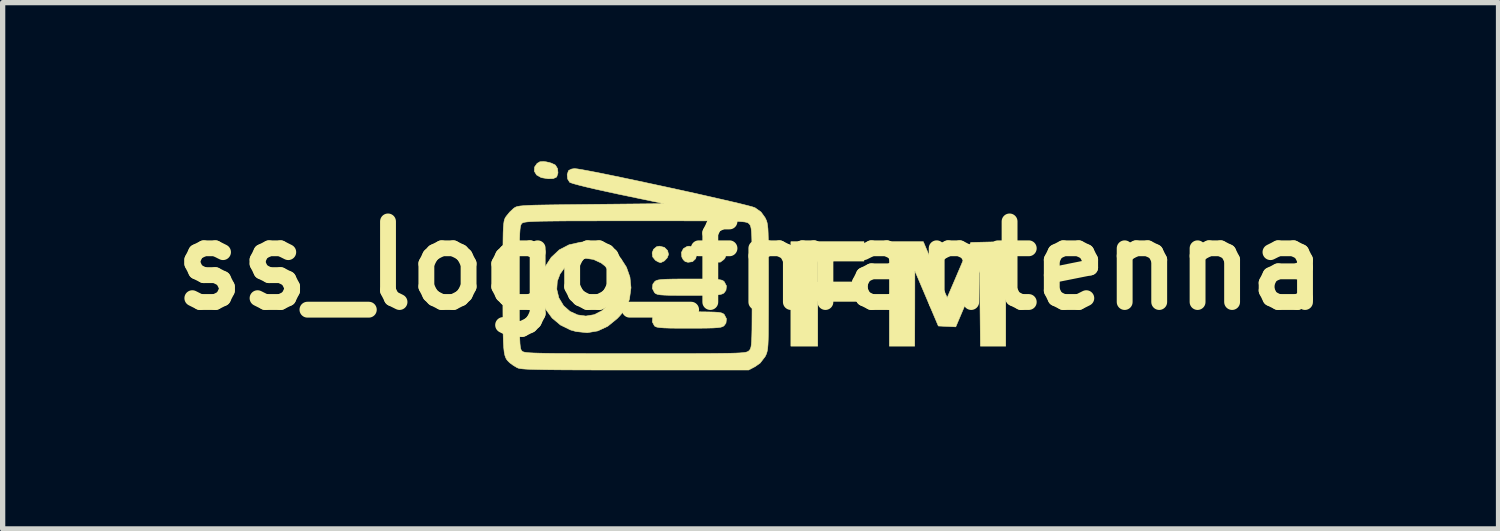
<source format=kicad_pcb>
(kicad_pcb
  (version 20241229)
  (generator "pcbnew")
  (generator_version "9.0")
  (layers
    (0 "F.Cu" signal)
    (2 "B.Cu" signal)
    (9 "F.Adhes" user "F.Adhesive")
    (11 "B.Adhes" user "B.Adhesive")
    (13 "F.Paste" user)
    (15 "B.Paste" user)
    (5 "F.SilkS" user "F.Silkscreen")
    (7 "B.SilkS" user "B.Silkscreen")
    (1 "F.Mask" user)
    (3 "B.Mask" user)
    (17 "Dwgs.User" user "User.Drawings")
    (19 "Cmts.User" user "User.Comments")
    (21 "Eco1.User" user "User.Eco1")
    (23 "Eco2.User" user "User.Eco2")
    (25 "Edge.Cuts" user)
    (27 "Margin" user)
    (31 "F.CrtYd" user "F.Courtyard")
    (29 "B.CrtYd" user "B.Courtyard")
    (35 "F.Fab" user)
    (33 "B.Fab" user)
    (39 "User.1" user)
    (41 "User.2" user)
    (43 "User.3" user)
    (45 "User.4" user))
  (footprint "ss_logo_fmantenna"
    (layer "F.Cu")
    (at 11.147 1.973)
    (property "Reference" "ss_logo_fmantenna" (at 0 0 0) (layer "F.SilkS") (effects (font (size 1.524 1.524) (thickness 0.3))))
    (attr through_hole)
    (fp_poly (pts (xy 2.145 -0.085) (xy 1.27 -0.085) (xy 1.27 0.31) (xy 2.088 0.31) (xy 2.088 0.677) (xy 1.27 0.677) (xy 1.27 1.524) (xy 0.762 1.524) (xy 0.762 -0.452) (xy 2.145 -0.452) (xy 2.145 -0.085)) (stroke (width 0.01) (type solid)) (fill yes) (layer "F.SilkS"))
    (fp_poly (pts (xy -1.074 -0.348) (xy -1.026 -0.29) (xy -1.016 -0.222) (xy -1.039 -0.13) (xy -1.098 -0.074) (xy -1.184 -0.062) (xy -1.237 -0.076) (xy -1.274 -0.111) (xy -1.301 -0.162) (xy -1.308 -0.248) (xy -1.271 -0.32) (xy -1.2 -0.362) (xy -1.162 -0.367) (xy -1.074 -0.348)) (stroke (width 0.01) (type solid)) (fill yes) (layer "F.SilkS"))
    (fp_poly (pts (xy -0.529 -0.346) (xy -0.472 -0.292) (xy -0.455 -0.219) (xy -0.486 -0.139) (xy -0.508 -0.113) (xy -0.573 -0.065) (xy -0.637 -0.065) (xy -0.699 -0.1) (xy -0.751 -0.164) (xy -0.761 -0.239) (xy -0.734 -0.309) (xy -0.676 -0.357) (xy -0.622 -0.367) (xy -0.529 -0.346)) (stroke (width 0.01) (type solid)) (fill yes) (layer "F.SilkS"))
    (fp_poly (pts (xy -1.63 -0.344) (xy -1.57 -0.284) (xy -1.552 -0.211) (xy -1.576 -0.147) (xy -1.631 -0.088) (xy -1.696 -0.057) (xy -1.707 -0.056) (xy -1.751 -0.071) (xy -1.8 -0.1) (xy -1.852 -0.164) (xy -1.862 -0.239) (xy -1.835 -0.309) (xy -1.776 -0.357) (xy -1.723 -0.367) (xy -1.63 -0.344)) (stroke (width 0.01) (type solid)) (fill yes) (layer "F.SilkS"))
    (fp_poly (pts (xy -3.861 -1.961) (xy -3.773 -1.939) (xy -3.703 -1.907) (xy -3.69 -1.898) (xy -3.651 -1.833) (xy -3.643 -1.752) (xy -3.666 -1.681) (xy -3.675 -1.671) (xy -3.734 -1.645) (xy -3.828 -1.642) (xy -3.938 -1.66) (xy -3.963 -1.666) (xy -4.048 -1.714) (xy -4.09 -1.784) (xy -4.086 -1.863) (xy -4.038 -1.932) (xy -3.986 -1.963) (xy -3.918 -1.968) (xy -3.861 -1.961)) (stroke (width 0.01) (type solid)) (fill yes) (layer "F.SilkS"))
    (fp_poly (pts (xy 4.826 1.524) (xy 4.347 1.524) (xy 4.34 0.811) (xy 4.332 0.099) (xy 4.106 0.629) (xy 3.881 1.159) (xy 3.716 1.151) (xy 3.551 1.143) (xy 3.329 0.621) (xy 3.107 0.099) (xy 3.106 0.811) (xy 3.104 1.524) (xy 2.625 1.524) (xy 2.625 -0.452) (xy 3.267 -0.452) (xy 3.443 -0.035) (xy 3.507 0.117) (xy 3.567 0.259) (xy 3.619 0.38) (xy 3.656 0.467) (xy 3.668 0.494) (xy 3.719 0.607) (xy 3.779 0.466) (xy 3.813 0.387) (xy 3.863 0.271) (xy 3.922 0.132) (xy 3.986 -0.017) (xy 4.002 -0.056) (xy 4.164 -0.437) (xy 4.495 -0.445) (xy 4.826 -0.453) (xy 4.826 1.524)) (stroke (width 0.01) (type solid)) (fill yes) (layer "F.SilkS"))
    (fp_poly (pts (xy -0.95 0.875) (xy -0.797 0.877) (xy -0.686 0.88) (xy -0.608 0.885) (xy -0.557 0.894) (xy -0.524 0.906) (xy -0.503 0.922) (xy -0.498 0.926) (xy -0.456 1.007) (xy -0.466 1.089) (xy -0.503 1.139) (xy -0.527 1.154) (xy -0.564 1.166) (xy -0.621 1.174) (xy -0.706 1.18) (xy -0.827 1.183) (xy -0.991 1.185) (xy -1.164 1.185) (xy -1.37 1.185) (xy -1.527 1.183) (xy -1.641 1.179) (xy -1.721 1.173) (xy -1.773 1.164) (xy -1.805 1.151) (xy -1.818 1.141) (xy -1.858 1.066) (xy -1.852 0.982) (xy -1.811 0.922) (xy -1.787 0.906) (xy -1.75 0.894) (xy -1.693 0.886) (xy -1.607 0.88) (xy -1.486 0.877) (xy -1.322 0.875) (xy -1.152 0.875) (xy -0.95 0.875)) (stroke (width 0.01) (type solid)) (fill yes) (layer "F.SilkS"))
    (fp_poly (pts (xy -0.95 0.254) (xy -0.797 0.256) (xy -0.686 0.259) (xy -0.608 0.265) (xy -0.557 0.273) (xy -0.524 0.285) (xy -0.503 0.301) (xy -0.498 0.306) (xy -0.456 0.386) (xy -0.466 0.468) (xy -0.503 0.518) (xy -0.527 0.533) (xy -0.564 0.545) (xy -0.621 0.554) (xy -0.707 0.559) (xy -0.828 0.563) (xy -0.992 0.564) (xy -1.162 0.564) (xy -1.364 0.564) (xy -1.517 0.563) (xy -1.628 0.559) (xy -1.706 0.554) (xy -1.758 0.545) (xy -1.79 0.533) (xy -1.812 0.517) (xy -1.816 0.513) (xy -1.858 0.432) (xy -1.848 0.35) (xy -1.811 0.301) (xy -1.787 0.285) (xy -1.75 0.273) (xy -1.693 0.265) (xy -1.607 0.259) (xy -1.486 0.256) (xy -1.322 0.254) (xy -1.152 0.254) (xy -0.95 0.254)) (stroke (width 0.01) (type solid)) (fill yes) (layer "F.SilkS"))
    (fp_poly (pts (xy -2.96 -0.433) (xy -2.765 -0.372) (xy -2.595 -0.271) (xy -2.454 -0.134) (xy -2.348 0.031) (xy -2.282 0.218) (xy -2.262 0.42) (xy -2.291 0.631) (xy -2.302 0.667) (xy -2.341 0.769) (xy -2.395 0.858) (xy -2.476 0.953) (xy -2.524 1.003) (xy -2.702 1.148) (xy -2.89 1.236) (xy -3.09 1.27) (xy -3.3 1.248) (xy -3.406 1.218) (xy -3.597 1.124) (xy -3.754 0.992) (xy -3.873 0.83) (xy -3.95 0.646) (xy -3.982 0.449) (xy -3.666 0.449) (xy -3.627 0.609) (xy -3.625 0.614) (xy -3.537 0.76) (xy -3.416 0.867) (xy -3.272 0.933) (xy -3.116 0.955) (xy -2.958 0.929) (xy -2.812 0.855) (xy -2.69 0.738) (xy -2.613 0.597) (xy -2.581 0.444) (xy -2.593 0.288) (xy -2.649 0.141) (xy -2.75 0.012) (xy -2.825 -0.048) (xy -2.975 -0.117) (xy -3.126 -0.138) (xy -3.272 -0.114) (xy -3.405 -0.053) (xy -3.518 0.04) (xy -3.604 0.159) (xy -3.656 0.297) (xy -3.666 0.449) (xy -3.982 0.449) (xy -3.983 0.448) (xy -3.966 0.245) (xy -3.898 0.045) (xy -3.893 0.034) (xy -3.771 -0.155) (xy -3.618 -0.298) (xy -3.434 -0.393) (xy -3.219 -0.441) (xy -3.175 -0.445) (xy -2.96 -0.433)) (stroke (width 0.01) (type solid)) (fill yes) (layer "F.SilkS"))
    (fp_poly (pts (xy -3.275 -1.828) (xy -3.173 -1.811) (xy -3.028 -1.784) (xy -2.847 -1.749) (xy -2.636 -1.706) (xy -2.401 -1.657) (xy -2.148 -1.604) (xy -1.883 -1.547) (xy -1.612 -1.489) (xy -1.342 -1.43) (xy -1.077 -1.372) (xy -0.826 -1.315) (xy -0.593 -1.262) (xy -0.384 -1.214) (xy -0.206 -1.172) (xy -0.065 -1.137) (xy 0.033 -1.111) (xy 0.082 -1.094) (xy 0.083 -1.094) (xy 0.197 -1.013) (xy 0.274 -0.906) (xy 0.289 -0.875) (xy 0.303 -0.844) (xy 0.313 -0.807) (xy 0.321 -0.76) (xy 0.328 -0.697) (xy 0.332 -0.611) (xy 0.335 -0.498) (xy 0.337 -0.352) (xy 0.338 -0.168) (xy 0.339 0.061) (xy 0.339 0.339) (xy 0.339 0.409) (xy 0.339 0.699) (xy 0.338 0.939) (xy 0.337 1.133) (xy 0.336 1.287) (xy 0.333 1.407) (xy 0.329 1.498) (xy 0.323 1.566) (xy 0.315 1.616) (xy 0.305 1.654) (xy 0.293 1.685) (xy 0.278 1.715) (xy 0.274 1.723) (xy 0.181 1.844) (xy 0.086 1.911) (xy -0.037 1.976) (xy -2.185 1.975) (xy -2.589 1.975) (xy -2.94 1.975) (xy -3.243 1.974) (xy -3.5 1.973) (xy -3.716 1.971) (xy -3.895 1.969) (xy -4.04 1.966) (xy -4.155 1.963) (xy -4.244 1.959) (xy -4.311 1.954) (xy -4.359 1.948) (xy -4.392 1.941) (xy -4.414 1.932) (xy -4.417 1.931) (xy -4.493 1.885) (xy -4.554 1.84) (xy -4.584 1.811) (xy -4.61 1.782) (xy -4.63 1.747) (xy -4.647 1.7) (xy -4.66 1.638) (xy -4.669 1.554) (xy -4.676 1.444) (xy -4.68 1.302) (xy -4.683 1.122) (xy -4.684 0.901) (xy -4.685 0.632) (xy -4.685 0.404) (xy -4.374 0.404) (xy -4.374 0.693) (xy -4.374 0.931) (xy -4.372 1.122) (xy -4.37 1.273) (xy -4.366 1.388) (xy -4.362 1.473) (xy -4.356 1.533) (xy -4.348 1.574) (xy -4.338 1.599) (xy -4.328 1.613) (xy -4.317 1.623) (xy -4.3 1.632) (xy -4.274 1.639) (xy -4.235 1.645) (xy -4.178 1.65) (xy -4.101 1.654) (xy -3.998 1.657) (xy -3.867 1.66) (xy -3.703 1.662) (xy -3.503 1.663) (xy -3.263 1.664) (xy -2.978 1.665) (xy -2.645 1.665) (xy -2.261 1.665) (xy -2.183 1.665) (xy -1.789 1.665) (xy -1.447 1.665) (xy -1.154 1.665) (xy -0.906 1.664) (xy -0.699 1.663) (xy -0.529 1.661) (xy -0.392 1.659) (xy -0.285 1.656) (xy -0.202 1.652) (xy -0.141 1.647) (xy -0.098 1.641) (xy -0.069 1.634) (xy -0.049 1.625) (xy -0.036 1.616) (xy -0.028 1.609) (xy -0.014 1.593) (xy -0.003 1.572) (xy 0.007 1.542) (xy 0.014 1.496) (xy 0.019 1.43) (xy 0.023 1.337) (xy 0.026 1.213) (xy 0.027 1.052) (xy 0.028 0.849) (xy 0.028 0.598) (xy 0.028 0.409) (xy 0.028 0.125) (xy 0.028 -0.108) (xy 0.027 -0.296) (xy 0.025 -0.443) (xy 0.022 -0.555) (xy 0.017 -0.638) (xy 0.011 -0.696) (xy 0.003 -0.736) (xy -0.007 -0.762) (xy -0.019 -0.78) (xy -0.028 -0.79) (xy -0.04 -0.801) (xy -0.055 -0.81) (xy -0.078 -0.818) (xy -0.111 -0.825) (xy -0.16 -0.83) (xy -0.228 -0.835) (xy -0.318 -0.838) (xy -0.436 -0.841) (xy -0.584 -0.843) (xy -0.766 -0.845) (xy -0.987 -0.846) (xy -1.25 -0.846) (xy -1.559 -0.847) (xy -1.919 -0.847) (xy -2.178 -0.847) (xy -2.574 -0.847) (xy -2.917 -0.846) (xy -3.212 -0.846) (xy -3.461 -0.845) (xy -3.67 -0.843) (xy -3.841 -0.841) (xy -3.979 -0.839) (xy -4.087 -0.835) (xy -4.169 -0.831) (xy -4.229 -0.826) (xy -4.272 -0.82) (xy -4.299 -0.813) (xy -4.317 -0.805) (xy -4.323 -0.8) (xy -4.336 -0.786) (xy -4.346 -0.764) (xy -4.355 -0.73) (xy -4.361 -0.679) (xy -4.366 -0.605) (xy -4.37 -0.503) (xy -4.372 -0.367) (xy -4.373 -0.193) (xy -4.374 0.026) (xy -4.374 0.293) (xy -4.374 0.404) (xy -4.685 0.404) (xy -4.685 0.401) (xy -4.685 0.104) (xy -4.685 -0.141) (xy -4.684 -0.341) (xy -4.682 -0.5) (xy -4.68 -0.623) (xy -4.676 -0.717) (xy -4.67 -0.786) (xy -4.663 -0.836) (xy -4.654 -0.871) (xy -4.643 -0.898) (xy -4.629 -0.921) (xy -4.621 -0.932) (xy -4.557 -1.011) (xy -4.485 -1.079) (xy -4.478 -1.084) (xy -4.459 -1.097) (xy -4.436 -1.109) (xy -4.405 -1.118) (xy -4.361 -1.126) (xy -4.298 -1.132) (xy -4.213 -1.137) (xy -4.101 -1.142) (xy -3.955 -1.145) (xy -3.771 -1.148) (xy -3.545 -1.151) (xy -3.272 -1.154) (xy -3.018 -1.157) (xy -1.637 -1.171) (xy -2.505 -1.352) (xy -2.721 -1.399) (xy -2.921 -1.443) (xy -3.097 -1.484) (xy -3.242 -1.52) (xy -3.349 -1.549) (xy -3.411 -1.57) (xy -3.422 -1.575) (xy -3.461 -1.639) (xy -3.469 -1.72) (xy -3.446 -1.79) (xy -3.437 -1.801) (xy -3.385 -1.826) (xy -3.329 -1.834) (xy -3.275 -1.828)) (stroke (width 0.01) (type solid)) (fill yes) (layer "F.SilkS")))
  (gr_rect
    (start -3 -3)
    (end 25.294 6.954)
    (stroke (width 0.1) (type default))
    (fill no)
    (layer "Edge.Cuts")))
</source>
